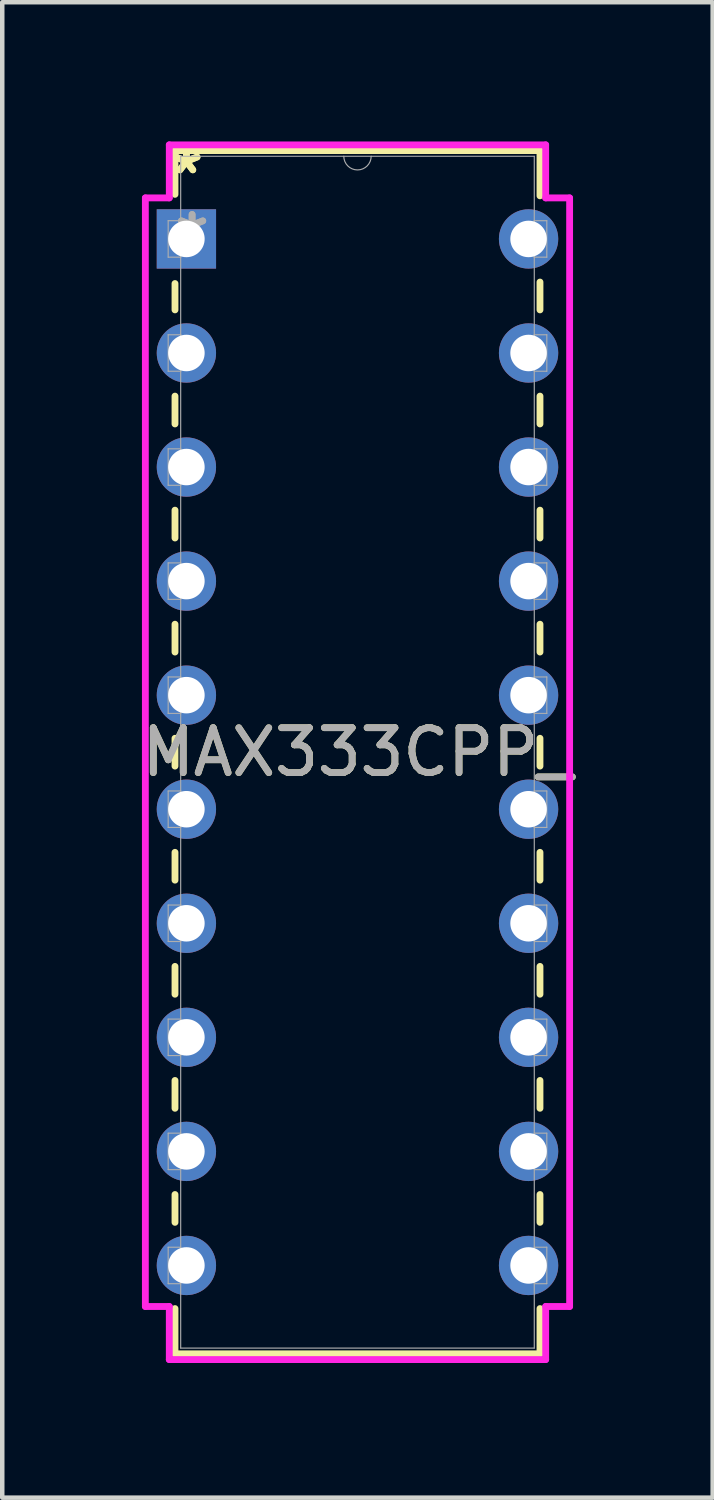
<source format=kicad_pcb>
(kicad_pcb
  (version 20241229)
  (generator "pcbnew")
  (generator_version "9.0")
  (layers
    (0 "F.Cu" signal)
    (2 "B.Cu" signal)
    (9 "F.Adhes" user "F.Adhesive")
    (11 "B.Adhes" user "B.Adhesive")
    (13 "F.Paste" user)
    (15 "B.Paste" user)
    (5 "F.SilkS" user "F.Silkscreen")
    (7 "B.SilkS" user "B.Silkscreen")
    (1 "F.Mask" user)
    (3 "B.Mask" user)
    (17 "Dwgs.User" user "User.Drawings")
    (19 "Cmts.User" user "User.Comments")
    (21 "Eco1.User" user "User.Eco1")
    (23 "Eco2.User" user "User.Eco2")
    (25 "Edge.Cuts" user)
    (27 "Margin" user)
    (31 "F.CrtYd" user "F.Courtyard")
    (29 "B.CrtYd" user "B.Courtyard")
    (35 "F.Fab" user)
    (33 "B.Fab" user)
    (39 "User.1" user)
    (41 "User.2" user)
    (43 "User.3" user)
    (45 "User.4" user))
  (footprint "MAX333CPP_"
    (layer "F.Cu")
    (at 1.101 2.271)
    (property "Reference" "MAX333CPP_" (at 3.81 11.43 0) (unlocked yes) (layer "F.SilkS") (effects (font (size 1 1) (thickness 0.15))))
    (attr through_hole)
    (fp_line (start -0.254 -1.968) (end -0.254 -0.993) (stroke (width 0.152) (type solid)) (layer "F.SilkS"))
    (fp_line (start -0.254 0.993) (end -0.254 1.58) (stroke (width 0.152) (type solid)) (layer "F.SilkS"))
    (fp_line (start -0.254 3.5) (end -0.254 4.12) (stroke (width 0.152) (type solid)) (layer "F.SilkS"))
    (fp_line (start -0.254 6.04) (end -0.254 6.66) (stroke (width 0.152) (type solid)) (layer "F.SilkS"))
    (fp_line (start -0.254 8.58) (end -0.254 9.2) (stroke (width 0.152) (type solid)) (layer "F.SilkS"))
    (fp_line (start -0.254 11.12) (end -0.254 11.74) (stroke (width 0.152) (type solid)) (layer "F.SilkS"))
    (fp_line (start -0.254 13.66) (end -0.254 14.28) (stroke (width 0.152) (type solid)) (layer "F.SilkS"))
    (fp_line (start -0.254 16.2) (end -0.254 16.82) (stroke (width 0.152) (type solid)) (layer "F.SilkS"))
    (fp_line (start -0.254 18.74) (end -0.254 19.36) (stroke (width 0.152) (type solid)) (layer "F.SilkS"))
    (fp_line (start -0.254 21.28) (end -0.254 21.9) (stroke (width 0.152) (type solid)) (layer "F.SilkS"))
    (fp_line (start -0.254 23.82) (end -0.254 24.828) (stroke (width 0.152) (type solid)) (layer "F.SilkS"))
    (fp_line (start -0.254 24.828) (end 7.874 24.828) (stroke (width 0.152) (type solid)) (layer "F.SilkS"))
    (fp_line (start 7.874 -1.968) (end -0.254 -1.968) (stroke (width 0.152) (type solid)) (layer "F.SilkS"))
    (fp_line (start 7.874 -0.96) (end 7.874 -1.968) (stroke (width 0.152) (type solid)) (layer "F.SilkS"))
    (fp_line (start 7.874 1.58) (end 7.874 0.96) (stroke (width 0.152) (type solid)) (layer "F.SilkS"))
    (fp_line (start 7.874 4.12) (end 7.874 3.5) (stroke (width 0.152) (type solid)) (layer "F.SilkS"))
    (fp_line (start 7.874 6.66) (end 7.874 6.04) (stroke (width 0.152) (type solid)) (layer "F.SilkS"))
    (fp_line (start 7.874 9.2) (end 7.874 8.58) (stroke (width 0.152) (type solid)) (layer "F.SilkS"))
    (fp_line (start 7.874 11.74) (end 7.874 11.12) (stroke (width 0.152) (type solid)) (layer "F.SilkS"))
    (fp_line (start 7.874 14.28) (end 7.874 13.66) (stroke (width 0.152) (type solid)) (layer "F.SilkS"))
    (fp_line (start 7.874 16.82) (end 7.874 16.2) (stroke (width 0.152) (type solid)) (layer "F.SilkS"))
    (fp_line (start 7.874 19.36) (end 7.874 18.74) (stroke (width 0.152) (type solid)) (layer "F.SilkS"))
    (fp_line (start 7.874 21.9) (end 7.874 21.28) (stroke (width 0.152) (type solid)) (layer "F.SilkS"))
    (fp_line (start 7.874 24.828) (end 7.874 23.82) (stroke (width 0.152) (type solid)) (layer "F.SilkS"))
    (fp_line (start -0.914 -0.914) (end -0.381 -0.914) (stroke (width 0.152) (type solid)) (layer "F.CrtYd"))
    (fp_line (start -0.914 23.774) (end -0.914 -0.914) (stroke (width 0.152) (type solid)) (layer "F.CrtYd"))
    (fp_line (start -0.381 -2.095) (end 8.001 -2.095) (stroke (width 0.152) (type solid)) (layer "F.CrtYd"))
    (fp_line (start -0.381 -0.914) (end -0.381 -2.095) (stroke (width 0.152) (type solid)) (layer "F.CrtYd"))
    (fp_line (start -0.381 23.774) (end -0.914 23.774) (stroke (width 0.152) (type solid)) (layer "F.CrtYd"))
    (fp_line (start -0.381 24.956) (end -0.381 23.774) (stroke (width 0.152) (type solid)) (layer "F.CrtYd"))
    (fp_line (start 8.001 -2.095) (end 8.001 -0.914) (stroke (width 0.152) (type solid)) (layer "F.CrtYd"))
    (fp_line (start 8.001 23.774) (end 8.001 24.956) (stroke (width 0.152) (type solid)) (layer "F.CrtYd"))
    (fp_line (start 8.001 24.956) (end -0.381 24.956) (stroke (width 0.152) (type solid)) (layer "F.CrtYd"))
    (fp_line (start 8.534 -0.914) (end 8.001 -0.914) (stroke (width 0.152) (type solid)) (layer "F.CrtYd"))
    (fp_line (start 8.534 -0.914) (end 8.534 23.774) (stroke (width 0.152) (type solid)) (layer "F.CrtYd"))
    (fp_line (start 8.534 23.774) (end 8.001 23.774) (stroke (width 0.152) (type solid)) (layer "F.CrtYd"))
    (fp_line (start -0.406 -0.406) (end -0.406 0.406) (stroke (width 0.025) (type solid)) (layer "F.Fab"))
    (fp_line (start -0.406 0.406) (end -0.127 0.406) (stroke (width 0.025) (type solid)) (layer "F.Fab"))
    (fp_line (start -0.406 2.134) (end -0.406 2.946) (stroke (width 0.025) (type solid)) (layer "F.Fab"))
    (fp_line (start -0.406 2.946) (end -0.127 2.946) (stroke (width 0.025) (type solid)) (layer "F.Fab"))
    (fp_line (start -0.406 4.674) (end -0.406 5.486) (stroke (width 0.025) (type solid)) (layer "F.Fab"))
    (fp_line (start -0.406 5.486) (end -0.127 5.486) (stroke (width 0.025) (type solid)) (layer "F.Fab"))
    (fp_line (start -0.406 7.214) (end -0.406 8.026) (stroke (width 0.025) (type solid)) (layer "F.Fab"))
    (fp_line (start -0.406 8.026) (end -0.127 8.026) (stroke (width 0.025) (type solid)) (layer "F.Fab"))
    (fp_line (start -0.406 9.754) (end -0.406 10.566) (stroke (width 0.025) (type solid)) (layer "F.Fab"))
    (fp_line (start -0.406 10.566) (end -0.127 10.566) (stroke (width 0.025) (type solid)) (layer "F.Fab"))
    (fp_line (start -0.406 12.294) (end -0.406 13.106) (stroke (width 0.025) (type solid)) (layer "F.Fab"))
    (fp_line (start -0.406 13.106) (end -0.127 13.106) (stroke (width 0.025) (type solid)) (layer "F.Fab"))
    (fp_line (start -0.406 14.834) (end -0.406 15.646) (stroke (width 0.025) (type solid)) (layer "F.Fab"))
    (fp_line (start -0.406 15.646) (end -0.127 15.646) (stroke (width 0.025) (type solid)) (layer "F.Fab"))
    (fp_line (start -0.406 17.374) (end -0.406 18.186) (stroke (width 0.025) (type solid)) (layer "F.Fab"))
    (fp_line (start -0.406 18.186) (end -0.127 18.186) (stroke (width 0.025) (type solid)) (layer "F.Fab"))
    (fp_line (start -0.406 19.914) (end -0.406 20.726) (stroke (width 0.025) (type solid)) (layer "F.Fab"))
    (fp_line (start -0.406 20.726) (end -0.127 20.726) (stroke (width 0.025) (type solid)) (layer "F.Fab"))
    (fp_line (start -0.406 22.454) (end -0.406 23.266) (stroke (width 0.025) (type solid)) (layer "F.Fab"))
    (fp_line (start -0.406 23.266) (end -0.127 23.266) (stroke (width 0.025) (type solid)) (layer "F.Fab"))
    (fp_line (start -0.127 -1.841) (end -0.127 24.701) (stroke (width 0.025) (type solid)) (layer "F.Fab"))
    (fp_line (start -0.127 -0.406) (end -0.406 -0.406) (stroke (width 0.025) (type solid)) (layer "F.Fab"))
    (fp_line (start -0.127 0.406) (end -0.127 -0.406) (stroke (width 0.025) (type solid)) (layer "F.Fab"))
    (fp_line (start -0.127 2.134) (end -0.406 2.134) (stroke (width 0.025) (type solid)) (layer "F.Fab"))
    (fp_line (start -0.127 2.946) (end -0.127 2.134) (stroke (width 0.025) (type solid)) (layer "F.Fab"))
    (fp_line (start -0.127 4.674) (end -0.406 4.674) (stroke (width 0.025) (type solid)) (layer "F.Fab"))
    (fp_line (start -0.127 5.486) (end -0.127 4.674) (stroke (width 0.025) (type solid)) (layer "F.Fab"))
    (fp_line (start -0.127 7.214) (end -0.406 7.214) (stroke (width 0.025) (type solid)) (layer "F.Fab"))
    (fp_line (start -0.127 8.026) (end -0.127 7.214) (stroke (width 0.025) (type solid)) (layer "F.Fab"))
    (fp_line (start -0.127 9.754) (end -0.406 9.754) (stroke (width 0.025) (type solid)) (layer "F.Fab"))
    (fp_line (start -0.127 10.566) (end -0.127 9.754) (stroke (width 0.025) (type solid)) (layer "F.Fab"))
    (fp_line (start -0.127 12.294) (end -0.406 12.294) (stroke (width 0.025) (type solid)) (layer "F.Fab"))
    (fp_line (start -0.127 13.106) (end -0.127 12.294) (stroke (width 0.025) (type solid)) (layer "F.Fab"))
    (fp_line (start -0.127 14.834) (end -0.406 14.834) (stroke (width 0.025) (type solid)) (layer "F.Fab"))
    (fp_line (start -0.127 15.646) (end -0.127 14.834) (stroke (width 0.025) (type solid)) (layer "F.Fab"))
    (fp_line (start -0.127 17.374) (end -0.406 17.374) (stroke (width 0.025) (type solid)) (layer "F.Fab"))
    (fp_line (start -0.127 18.186) (end -0.127 17.374) (stroke (width 0.025) (type solid)) (layer "F.Fab"))
    (fp_line (start -0.127 19.914) (end -0.406 19.914) (stroke (width 0.025) (type solid)) (layer "F.Fab"))
    (fp_line (start -0.127 20.726) (end -0.127 19.914) (stroke (width 0.025) (type solid)) (layer "F.Fab"))
    (fp_line (start -0.127 22.454) (end -0.406 22.454) (stroke (width 0.025) (type solid)) (layer "F.Fab"))
    (fp_line (start -0.127 23.266) (end -0.127 22.454) (stroke (width 0.025) (type solid)) (layer "F.Fab"))
    (fp_line (start -0.127 24.701) (end 7.747 24.701) (stroke (width 0.025) (type solid)) (layer "F.Fab"))
    (fp_line (start 7.747 -1.841) (end -0.127 -1.841) (stroke (width 0.025) (type solid)) (layer "F.Fab"))
    (fp_line (start 7.747 -0.406) (end 7.747 0.406) (stroke (width 0.025) (type solid)) (layer "F.Fab"))
    (fp_line (start 7.747 0.406) (end 8.026 0.406) (stroke (width 0.025) (type solid)) (layer "F.Fab"))
    (fp_line (start 7.747 2.134) (end 7.747 2.946) (stroke (width 0.025) (type solid)) (layer "F.Fab"))
    (fp_line (start 7.747 2.946) (end 8.026 2.946) (stroke (width 0.025) (type solid)) (layer "F.Fab"))
    (fp_line (start 7.747 4.674) (end 7.747 5.486) (stroke (width 0.025) (type solid)) (layer "F.Fab"))
    (fp_line (start 7.747 5.486) (end 8.026 5.486) (stroke (width 0.025) (type solid)) (layer "F.Fab"))
    (fp_line (start 7.747 7.214) (end 7.747 8.026) (stroke (width 0.025) (type solid)) (layer "F.Fab"))
    (fp_line (start 7.747 8.026) (end 8.026 8.026) (stroke (width 0.025) (type solid)) (layer "F.Fab"))
    (fp_line (start 7.747 9.754) (end 7.747 10.566) (stroke (width 0.025) (type solid)) (layer "F.Fab"))
    (fp_line (start 7.747 10.566) (end 8.026 10.566) (stroke (width 0.025) (type solid)) (layer "F.Fab"))
    (fp_line (start 7.747 12.294) (end 7.747 13.106) (stroke (width 0.025) (type solid)) (layer "F.Fab"))
    (fp_line (start 7.747 13.106) (end 8.026 13.106) (stroke (width 0.025) (type solid)) (layer "F.Fab"))
    (fp_line (start 7.747 14.834) (end 7.747 15.646) (stroke (width 0.025) (type solid)) (layer "F.Fab"))
    (fp_line (start 7.747 15.646) (end 8.026 15.646) (stroke (width 0.025) (type solid)) (layer "F.Fab"))
    (fp_line (start 7.747 17.374) (end 7.747 18.186) (stroke (width 0.025) (type solid)) (layer "F.Fab"))
    (fp_line (start 7.747 18.186) (end 8.026 18.186) (stroke (width 0.025) (type solid)) (layer "F.Fab"))
    (fp_line (start 7.747 19.914) (end 7.747 20.726) (stroke (width 0.025) (type solid)) (layer "F.Fab"))
    (fp_line (start 7.747 20.726) (end 8.026 20.726) (stroke (width 0.025) (type solid)) (layer "F.Fab"))
    (fp_line (start 7.747 22.454) (end 7.747 23.266) (stroke (width 0.025) (type solid)) (layer "F.Fab"))
    (fp_line (start 7.747 23.266) (end 8.026 23.266) (stroke (width 0.025) (type solid)) (layer "F.Fab"))
    (fp_line (start 7.747 24.701) (end 7.747 -1.841) (stroke (width 0.025) (type solid)) (layer "F.Fab"))
    (fp_line (start 8.026 -0.406) (end 7.747 -0.406) (stroke (width 0.025) (type solid)) (layer "F.Fab"))
    (fp_line (start 8.026 0.406) (end 8.026 -0.406) (stroke (width 0.025) (type solid)) (layer "F.Fab"))
    (fp_line (start 8.026 2.134) (end 7.747 2.134) (stroke (width 0.025) (type solid)) (layer "F.Fab"))
    (fp_line (start 8.026 2.946) (end 8.026 2.134) (stroke (width 0.025) (type solid)) (layer "F.Fab"))
    (fp_line (start 8.026 4.674) (end 7.747 4.674) (stroke (width 0.025) (type solid)) (layer "F.Fab"))
    (fp_line (start 8.026 5.486) (end 8.026 4.674) (stroke (width 0.025) (type solid)) (layer "F.Fab"))
    (fp_line (start 8.026 7.214) (end 7.747 7.214) (stroke (width 0.025) (type solid)) (layer "F.Fab"))
    (fp_line (start 8.026 8.026) (end 8.026 7.214) (stroke (width 0.025) (type solid)) (layer "F.Fab"))
    (fp_line (start 8.026 9.754) (end 7.747 9.754) (stroke (width 0.025) (type solid)) (layer "F.Fab"))
    (fp_line (start 8.026 10.566) (end 8.026 9.754) (stroke (width 0.025) (type solid)) (layer "F.Fab"))
    (fp_line (start 8.026 12.294) (end 7.747 12.294) (stroke (width 0.025) (type solid)) (layer "F.Fab"))
    (fp_line (start 8.026 13.106) (end 8.026 12.294) (stroke (width 0.025) (type solid)) (layer "F.Fab"))
    (fp_line (start 8.026 14.834) (end 7.747 14.834) (stroke (width 0.025) (type solid)) (layer "F.Fab"))
    (fp_line (start 8.026 15.646) (end 8.026 14.834) (stroke (width 0.025) (type solid)) (layer "F.Fab"))
    (fp_line (start 8.026 17.374) (end 7.747 17.374) (stroke (width 0.025) (type solid)) (layer "F.Fab"))
    (fp_line (start 8.026 18.186) (end 8.026 17.374) (stroke (width 0.025) (type solid)) (layer "F.Fab"))
    (fp_line (start 8.026 19.914) (end 7.747 19.914) (stroke (width 0.025) (type solid)) (layer "F.Fab"))
    (fp_line (start 8.026 20.726) (end 8.026 19.914) (stroke (width 0.025) (type solid)) (layer "F.Fab"))
    (fp_line (start 8.026 22.454) (end 7.747 22.454) (stroke (width 0.025) (type solid)) (layer "F.Fab"))
    (fp_line (start 8.026 23.266) (end 8.026 22.454) (stroke (width 0.025) (type solid)) (layer "F.Fab"))
    (fp_arc (start 4.1148 -1.8415) (mid 3.81 -1.5367) (end 3.5052 -1.8415) (stroke (width 0.0254) (type solid)) (layer "F.Fab"))
    (fp_text user "*" (at 0 -1.422 0) (layer "F.SilkS") (effects (font (size 1 1) (thickness 0.15))))
    (fp_text user "*" (at 0 -1.422 0) (unlocked yes) (layer "F.SilkS") (effects (font (size 1 1) (thickness 0.15))))
    (fp_text user "*" (at 0.127 0 0) (unlocked yes) (layer "F.Fab") (effects (font (size 1 1) (thickness 0.15))))
    (fp_text user "${REFERENCE}" (at 3.81 11.43 0) (unlocked yes) (layer "F.Fab") (effects (font (size 1 1) (thickness 0.15))))
    (fp_text user "*" (at 0.127 0 0) (layer "F.Fab") (effects (font (size 1 1) (thickness 0.15))))
    (pad "1" thru_hole rect (at 0 0) (size 1.321 1.321) (drill 0.813) (layers "*.Cu" "*.Mask"))
    (pad "2" thru_hole circle (at 0 2.54) (size 1.321 1.321) (drill 0.813) (layers "*.Cu" "*.Mask"))
    (pad "3" thru_hole circle (at 0 5.08) (size 1.321 1.321) (drill 0.813) (layers "*.Cu" "*.Mask"))
    (pad "4" thru_hole circle (at 0 7.62) (size 1.321 1.321) (drill 0.813) (layers "*.Cu" "*.Mask"))
    (pad "5" thru_hole circle (at 0 10.16) (size 1.321 1.321) (drill 0.813) (layers "*.Cu" "*.Mask"))
    (pad "6" thru_hole circle (at 0 12.7) (size 1.321 1.321) (drill 0.813) (layers "*.Cu" "*.Mask"))
    (pad "7" thru_hole circle (at 0 15.24) (size 1.321 1.321) (drill 0.813) (layers "*.Cu" "*.Mask"))
    (pad "8" thru_hole circle (at 0 17.78) (size 1.321 1.321) (drill 0.813) (layers "*.Cu" "*.Mask"))
    (pad "9" thru_hole circle (at 0 20.32) (size 1.321 1.321) (drill 0.813) (layers "*.Cu" "*.Mask"))
    (pad "10" thru_hole circle (at 0 22.86) (size 1.321 1.321) (drill 0.813) (layers "*.Cu" "*.Mask"))
    (pad "11" thru_hole circle (at 7.62 22.86) (size 1.321 1.321) (drill 0.813) (layers "*.Cu" "*.Mask"))
    (pad "12" thru_hole circle (at 7.62 20.32) (size 1.321 1.321) (drill 0.813) (layers "*.Cu" "*.Mask"))
    (pad "13" thru_hole circle (at 7.62 17.78) (size 1.321 1.321) (drill 0.813) (layers "*.Cu" "*.Mask"))
    (pad "14" thru_hole circle (at 7.62 15.24) (size 1.321 1.321) (drill 0.813) (layers "*.Cu" "*.Mask"))
    (pad "15" thru_hole circle (at 7.62 12.7) (size 1.321 1.321) (drill 0.813) (layers "*.Cu" "*.Mask"))
    (pad "16" thru_hole circle (at 7.62 10.16) (size 1.321 1.321) (drill 0.813) (layers "*.Cu" "*.Mask"))
    (pad "17" thru_hole circle (at 7.62 7.62) (size 1.321 1.321) (drill 0.813) (layers "*.Cu" "*.Mask"))
    (pad "18" thru_hole circle (at 7.62 5.08) (size 1.321 1.321) (drill 0.813) (layers "*.Cu" "*.Mask"))
    (pad "19" thru_hole circle (at 7.62 2.54) (size 1.321 1.321) (drill 0.813) (layers "*.Cu" "*.Mask"))
    (pad "20" thru_hole circle (at 7.62 0) (size 1.321 1.321) (drill 0.813) (layers "*.Cu" "*.Mask")))
  (gr_rect
    (start -3 -3)
    (end 12.821 30.302)
    (stroke (width 0.1) (type default))
    (fill no)
    (layer "Edge.Cuts")))
</source>
